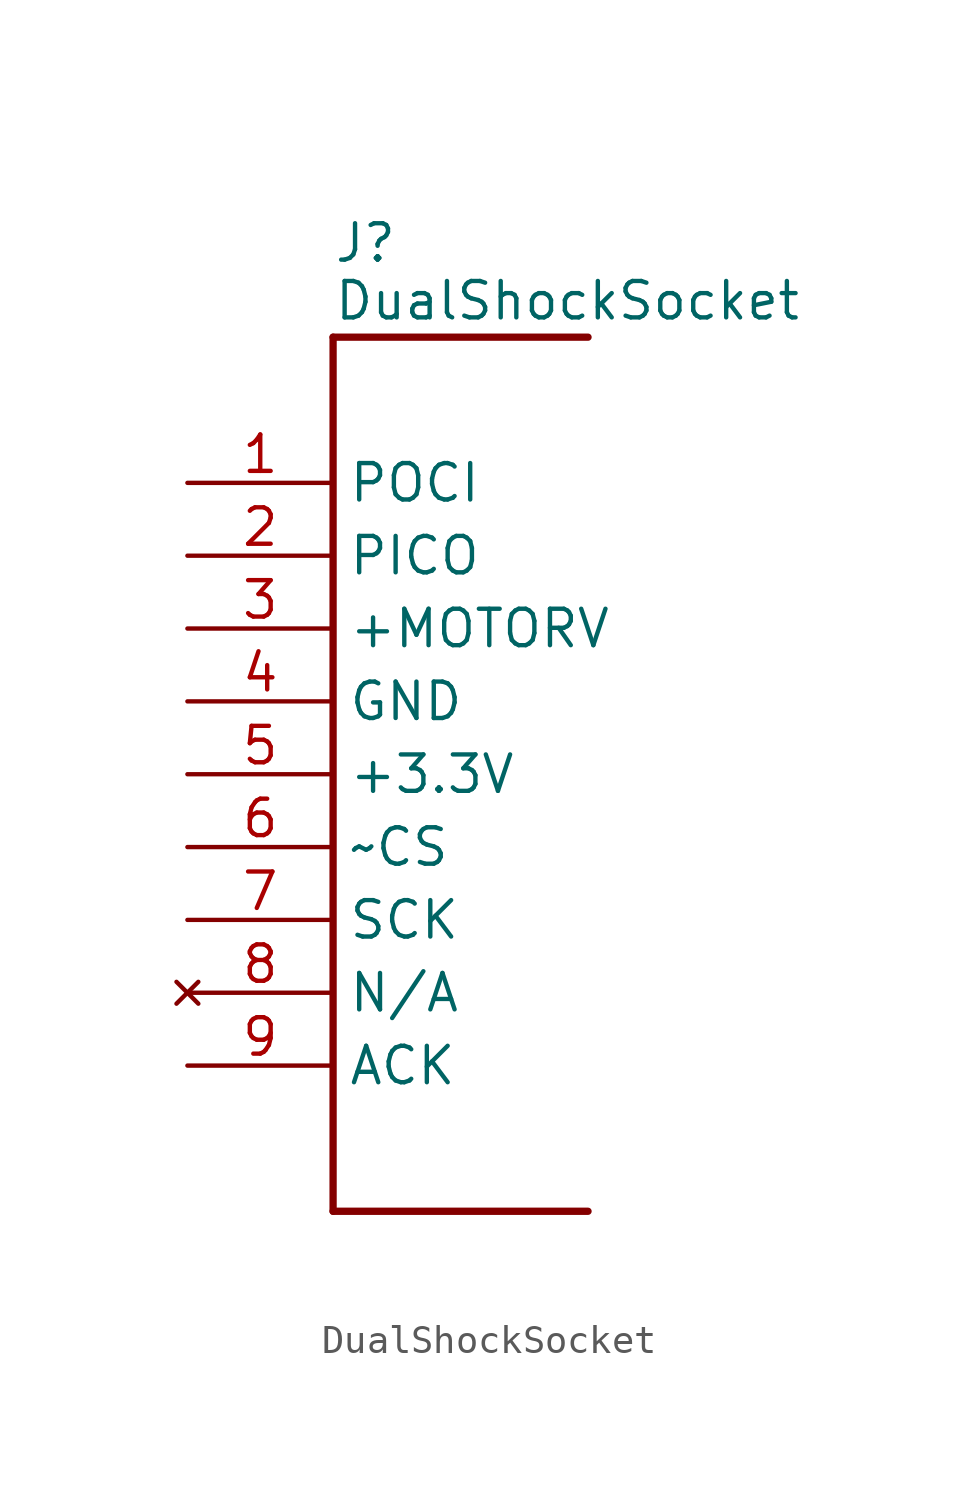
<source format=kicad_sym>
(kicad_symbol_lib
  (version 20220914)
  (generator kicad_symbol_editor)
  (symbol "DualShockSocket"
    (property "Reference" "J"
      (at 0 22.86 0)
      (effects (font (size 1.27 1.27)) (justify left bottom)))
    (property "Value" "DualShockSocket"
      (at 0 21.59 0)
      (effects (font (size 1.27 1.27)) (justify left)))
    (symbol "DualShockSocket_1_0"
      (polyline (pts (xy 0 -10.16) (xy 8.89 -10.16)) (stroke (width 0.254) (type solid)) (fill (type none)))
      (polyline (pts (xy 0 20.32) (xy 0 -10.16)) (stroke (width 0.254) (type solid)) (fill (type none)))
      (polyline (pts (xy 8.89 20.32) (xy 0 20.32)) (stroke (width 0.254) (type solid)) (fill (type none)))
      (pin output line (at -5.08 15.24 0) (length 5.08) (name "POCI" (effects (font (size 1.27 1.27)))) (number "1" (effects (font (size 1.27 1.27)))))
      (pin input line (at -5.08 12.7 0) (length 5.08) (name "PICO" (effects (font (size 1.27 1.27)))) (number "2" (effects (font (size 1.27 1.27)))))
      (pin power_in line (at -5.08 10.16 0) (length 5.08) (name "+MOTORV" (effects (font (size 1.27 1.27)))) (number "3" (effects (font (size 1.27 1.27)))))
      (pin power_in line (at -5.08 7.62 0) (length 5.08) (name "GND" (effects (font (size 1.27 1.27)))) (number "4" (effects (font (size 1.27 1.27)))))
      (pin power_in line (at -5.08 5.08 0) (length 5.08) (name "+3.3V" (effects (font (size 1.27 1.27)))) (number "5" (effects (font (size 1.27 1.27)))))
      (pin input line (at -5.08 2.54 0) (length 5.08) (name "~CS" (effects (font (size 1.27 1.27)))) (number "6" (effects (font (size 1.27 1.27)))))
      (pin input line (at -5.08 0 0) (length 5.08) (name "SCK" (effects (font (size 1.27 1.27)))) (number "7" (effects (font (size 1.27 1.27)))))
      (pin no_connect line (at -5.08 -2.54 0) (length 5.08) (name "N/A" (effects (font (size 1.27 1.27)))) (number "8" (effects (font (size 1.27 1.27)))))
      (pin output line (at -5.08 -5.08 0) (length 5.08) (name "ACK" (effects (font (size 1.27 1.27)))) (number "9" (effects (font (size 1.27 1.27))))))))
</source>
